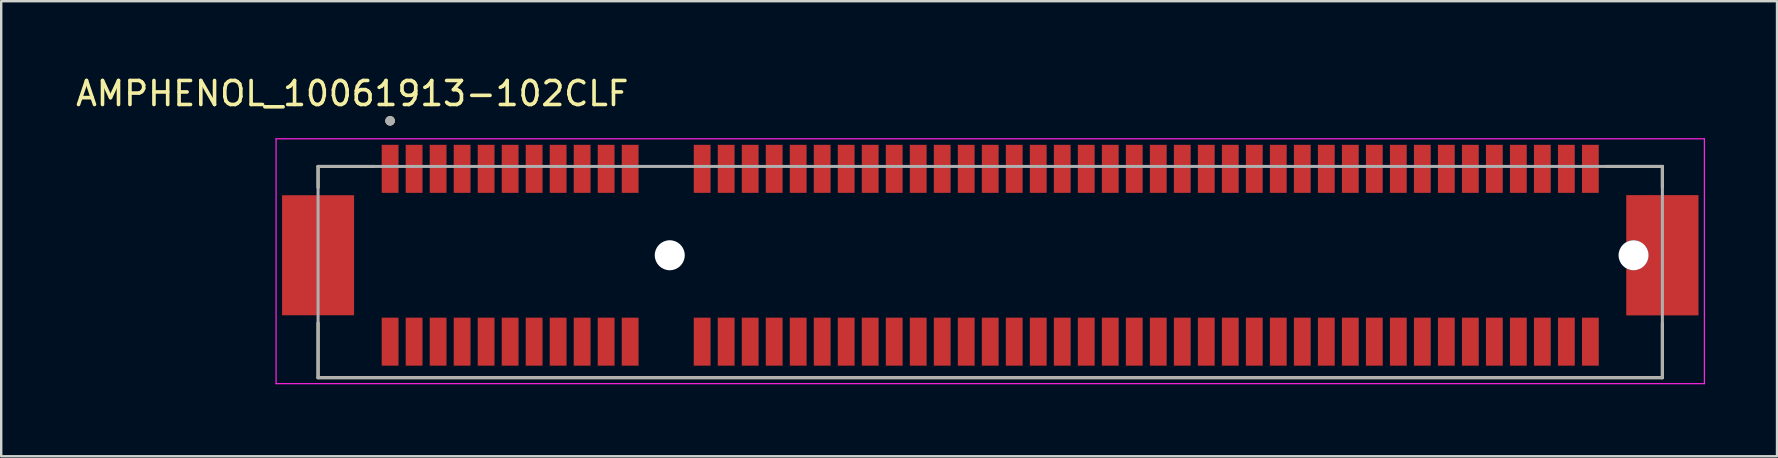
<source format=kicad_pcb>
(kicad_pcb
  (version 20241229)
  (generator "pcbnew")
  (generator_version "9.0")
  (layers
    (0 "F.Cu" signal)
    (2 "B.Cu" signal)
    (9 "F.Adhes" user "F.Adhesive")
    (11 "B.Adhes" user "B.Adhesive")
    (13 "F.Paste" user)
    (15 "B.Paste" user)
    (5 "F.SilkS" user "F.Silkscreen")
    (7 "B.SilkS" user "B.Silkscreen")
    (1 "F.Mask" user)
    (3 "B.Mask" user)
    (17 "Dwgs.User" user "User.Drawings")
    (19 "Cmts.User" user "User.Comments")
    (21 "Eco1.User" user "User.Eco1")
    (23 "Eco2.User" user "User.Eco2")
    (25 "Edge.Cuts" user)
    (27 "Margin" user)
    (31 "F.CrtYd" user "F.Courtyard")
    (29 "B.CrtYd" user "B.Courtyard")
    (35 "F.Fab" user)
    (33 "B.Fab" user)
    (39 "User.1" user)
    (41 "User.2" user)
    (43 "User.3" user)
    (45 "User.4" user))
  (footprint "AMPHENOL_10061913-102CLF"
    (layer "F.Cu")
    (at 24.85 7.583)
    (property "Reference" "AMPHENOL_10061913-102CLF" (at -13.225 -6.735 0) (layer "F.SilkS") (effects (font (size 1 1) (thickness 0.15))))
    (attr smd)
    (fp_poly (pts (xy 39.75 -2.6) (xy 42.95 -2.6) (xy 42.95 2.6) (xy 39.75 2.6)) (stroke (width 0.01) (type solid)) (fill yes) (layer "F.Mask"))
    (fp_line (start -14.65 -3.7) (end -14.65 -2.82) (stroke (width 0.127) (type solid)) (layer "F.SilkS"))
    (fp_line (start -14.65 5.1) (end -14.65 2.82) (stroke (width 0.127) (type solid)) (layer "F.SilkS"))
    (fp_line (start -14.65 5.1) (end 41.35 5.1) (stroke (width 0.127) (type solid)) (layer "F.SilkS"))
    (fp_line (start -12.32 -3.7) (end -14.65 -3.7) (stroke (width 0.127) (type solid)) (layer "F.SilkS"))
    (fp_line (start 41.35 -3.7) (end 39.02 -3.7) (stroke (width 0.127) (type solid)) (layer "F.SilkS"))
    (fp_line (start 41.35 -2.82) (end 41.35 -3.7) (stroke (width 0.127) (type solid)) (layer "F.SilkS"))
    (fp_line (start 41.35 5.1) (end 41.35 2.82) (stroke (width 0.127) (type solid)) (layer "F.SilkS"))
    (fp_circle (center -11.65 -5.6) (end -11.55 -5.6) (stroke (width 0.2) (type solid)) (fill no) (layer "F.SilkS"))
    (fp_poly (pts (xy 39.85 0.55) (xy 39.85 2.5) (xy 42.85 2.5) (xy 42.85 -2.5) (xy 39.85 -2.5) (xy 39.85 -0.55) (xy 39.9 -0.575) (xy 39.95 -0.595) (xy 40.02 -0.615) (xy 40.09 -0.625) (xy 40.15 -0.625) (xy 40.183 -0.624) (xy 40.215 -0.622) (xy 40.248 -0.617) (xy 40.28 -0.611) (xy 40.312 -0.604) (xy 40.343 -0.594) (xy 40.374 -0.583) (xy 40.404 -0.571) (xy 40.434 -0.557) (xy 40.462 -0.541) (xy 40.49 -0.524) (xy 40.517 -0.506) (xy 40.543 -0.486) (xy 40.568 -0.464) (xy 40.592 -0.442) (xy 40.614 -0.418) (xy 40.636 -0.393) (xy 40.656 -0.367) (xy 40.674 -0.34) (xy 40.691 -0.312) (xy 40.707 -0.284) (xy 40.721 -0.254) (xy 40.733 -0.224) (xy 40.744 -0.193) (xy 40.754 -0.162) (xy 40.761 -0.13) (xy 40.767 -0.098) (xy 40.772 -0.065) (xy 40.774 -0.033) (xy 40.775 0) (xy 40.774 0.033) (xy 40.772 0.065) (xy 40.767 0.098) (xy 40.761 0.13) (xy 40.754 0.162) (xy 40.744 0.193) (xy 40.733 0.224) (xy 40.721 0.254) (xy 40.707 0.284) (xy 40.691 0.312) (xy 40.674 0.34) (xy 40.656 0.367) (xy 40.636 0.393) (xy 40.614 0.418) (xy 40.592 0.442) (xy 40.568 0.464) (xy 40.543 0.486) (xy 40.517 0.506) (xy 40.49 0.524) (xy 40.462 0.541) (xy 40.434 0.557) (xy 40.404 0.571) (xy 40.374 0.583) (xy 40.343 0.594) (xy 40.312 0.604) (xy 40.28 0.611) (xy 40.248 0.617) (xy 40.215 0.622) (xy 40.183 0.624) (xy 40.15 0.625) (xy 40.095 0.625) (xy 40.05 0.62) (xy 40.005 0.61) (xy 39.94 0.59) (xy 39.88 0.565) (xy 39.85 0.55)) (stroke (width 0.01) (type solid)) (fill yes) (layer "F.Paste"))
    (fp_line (start -16.4 -4.85) (end -16.4 5.35) (stroke (width 0.05) (type solid)) (layer "F.CrtYd"))
    (fp_line (start -16.4 5.35) (end 43.1 5.35) (stroke (width 0.05) (type solid)) (layer "F.CrtYd"))
    (fp_line (start 43.1 -4.85) (end -16.4 -4.85) (stroke (width 0.05) (type solid)) (layer "F.CrtYd"))
    (fp_line (start 43.1 5.35) (end 43.1 -4.85) (stroke (width 0.05) (type solid)) (layer "F.CrtYd"))
    (fp_line (start -14.65 -3.7) (end -14.65 5.1) (stroke (width 0.127) (type solid)) (layer "F.Fab"))
    (fp_line (start -14.65 5.1) (end 41.35 5.1) (stroke (width 0.127) (type solid)) (layer "F.Fab"))
    (fp_line (start 41.35 -3.7) (end -14.65 -3.7) (stroke (width 0.127) (type solid)) (layer "F.Fab"))
    (fp_line (start 41.35 5.1) (end 41.35 -3.7) (stroke (width 0.127) (type solid)) (layer "F.Fab"))
    (fp_circle (center -11.65 -5.6) (end -11.55 -5.6) (stroke (width 0.2) (type solid)) (fill no) (layer "F.Fab"))
    (pad "" np_thru_hole circle (at 0 0) (size 1.25 1.25) (drill 1.25) (layers "*.Cu" "*.Mask"))
    (pad "" np_thru_hole circle (at 40.15 0) (size 1.25 1.25) (drill 1.25) (layers "*.Cu" "*.Mask"))
    (pad "A1" smd rect (at -11.65 -3.6) (size 0.7 2) (layers "F.Cu" "F.Mask" "F.Paste"))
    (pad "A2" smd rect (at -10.65 -3.6) (size 0.7 2) (layers "F.Cu" "F.Mask" "F.Paste"))
    (pad "A3" smd rect (at -9.65 -3.6) (size 0.7 2) (layers "F.Cu" "F.Mask" "F.Paste"))
    (pad "A4" smd rect (at -8.65 -3.6) (size 0.7 2) (layers "F.Cu" "F.Mask" "F.Paste"))
    (pad "A5" smd rect (at -7.65 -3.6) (size 0.7 2) (layers "F.Cu" "F.Mask" "F.Paste"))
    (pad "A6" smd rect (at -6.65 -3.6) (size 0.7 2) (layers "F.Cu" "F.Mask" "F.Paste"))
    (pad "A7" smd rect (at -5.65 -3.6) (size 0.7 2) (layers "F.Cu" "F.Mask" "F.Paste"))
    (pad "A8" smd rect (at -4.65 -3.6) (size 0.7 2) (layers "F.Cu" "F.Mask" "F.Paste"))
    (pad "A9" smd rect (at -3.65 -3.6) (size 0.7 2) (layers "F.Cu" "F.Mask" "F.Paste"))
    (pad "A10" smd rect (at -2.65 -3.6) (size 0.7 2) (layers "F.Cu" "F.Mask" "F.Paste"))
    (pad "A11" smd rect (at -1.65 -3.6) (size 0.7 2) (layers "F.Cu" "F.Mask" "F.Paste"))
    (pad "A12" smd rect (at 1.35 -3.6) (size 0.7 2) (layers "F.Cu" "F.Mask" "F.Paste"))
    (pad "A13" smd rect (at 2.35 -3.6) (size 0.7 2) (layers "F.Cu" "F.Mask" "F.Paste"))
    (pad "A14" smd rect (at 3.35 -3.6) (size 0.7 2) (layers "F.Cu" "F.Mask" "F.Paste"))
    (pad "A15" smd rect (at 4.35 -3.6) (size 0.7 2) (layers "F.Cu" "F.Mask" "F.Paste"))
    (pad "A16" smd rect (at 5.35 -3.6) (size 0.7 2) (layers "F.Cu" "F.Mask" "F.Paste"))
    (pad "A17" smd rect (at 6.35 -3.6) (size 0.7 2) (layers "F.Cu" "F.Mask" "F.Paste"))
    (pad "A18" smd rect (at 7.35 -3.6) (size 0.7 2) (layers "F.Cu" "F.Mask" "F.Paste"))
    (pad "A19" smd rect (at 8.35 -3.6) (size 0.7 2) (layers "F.Cu" "F.Mask" "F.Paste"))
    (pad "A20" smd rect (at 9.35 -3.6) (size 0.7 2) (layers "F.Cu" "F.Mask" "F.Paste"))
    (pad "A21" smd rect (at 10.35 -3.6) (size 0.7 2) (layers "F.Cu" "F.Mask" "F.Paste"))
    (pad "A22" smd rect (at 11.35 -3.6) (size 0.7 2) (layers "F.Cu" "F.Mask" "F.Paste"))
    (pad "A23" smd rect (at 12.35 -3.6) (size 0.7 2) (layers "F.Cu" "F.Mask" "F.Paste"))
    (pad "A24" smd rect (at 13.35 -3.6) (size 0.7 2) (layers "F.Cu" "F.Mask" "F.Paste"))
    (pad "A25" smd rect (at 14.35 -3.6) (size 0.7 2) (layers "F.Cu" "F.Mask" "F.Paste"))
    (pad "A26" smd rect (at 15.35 -3.6) (size 0.7 2) (layers "F.Cu" "F.Mask" "F.Paste"))
    (pad "A27" smd rect (at 16.35 -3.6) (size 0.7 2) (layers "F.Cu" "F.Mask" "F.Paste"))
    (pad "A28" smd rect (at 17.35 -3.6) (size 0.7 2) (layers "F.Cu" "F.Mask" "F.Paste"))
    (pad "A29" smd rect (at 18.35 -3.6) (size 0.7 2) (layers "F.Cu" "F.Mask" "F.Paste"))
    (pad "A30" smd rect (at 19.35 -3.6) (size 0.7 2) (layers "F.Cu" "F.Mask" "F.Paste"))
    (pad "A31" smd rect (at 20.35 -3.6) (size 0.7 2) (layers "F.Cu" "F.Mask" "F.Paste"))
    (pad "A32" smd rect (at 21.35 -3.6) (size 0.7 2) (layers "F.Cu" "F.Mask" "F.Paste"))
    (pad "A33" smd rect (at 22.35 -3.6) (size 0.7 2) (layers "F.Cu" "F.Mask" "F.Paste"))
    (pad "A34" smd rect (at 23.35 -3.6) (size 0.7 2) (layers "F.Cu" "F.Mask" "F.Paste"))
    (pad "A35" smd rect (at 24.35 -3.6) (size 0.7 2) (layers "F.Cu" "F.Mask" "F.Paste"))
    (pad "A36" smd rect (at 25.35 -3.6) (size 0.7 2) (layers "F.Cu" "F.Mask" "F.Paste"))
    (pad "A37" smd rect (at 26.35 -3.6) (size 0.7 2) (layers "F.Cu" "F.Mask" "F.Paste"))
    (pad "A38" smd rect (at 27.35 -3.6) (size 0.7 2) (layers "F.Cu" "F.Mask" "F.Paste"))
    (pad "A39" smd rect (at 28.35 -3.6) (size 0.7 2) (layers "F.Cu" "F.Mask" "F.Paste"))
    (pad "A40" smd rect (at 29.35 -3.6) (size 0.7 2) (layers "F.Cu" "F.Mask" "F.Paste"))
    (pad "A41" smd rect (at 30.35 -3.6) (size 0.7 2) (layers "F.Cu" "F.Mask" "F.Paste"))
    (pad "A42" smd rect (at 31.35 -3.6) (size 0.7 2) (layers "F.Cu" "F.Mask" "F.Paste"))
    (pad "A43" smd rect (at 32.35 -3.6) (size 0.7 2) (layers "F.Cu" "F.Mask" "F.Paste"))
    (pad "A44" smd rect (at 33.35 -3.6) (size 0.7 2) (layers "F.Cu" "F.Mask" "F.Paste"))
    (pad "A45" smd rect (at 34.35 -3.6) (size 0.7 2) (layers "F.Cu" "F.Mask" "F.Paste"))
    (pad "A46" smd rect (at 35.35 -3.6) (size 0.7 2) (layers "F.Cu" "F.Mask" "F.Paste"))
    (pad "A47" smd rect (at 36.35 -3.6) (size 0.7 2) (layers "F.Cu" "F.Mask" "F.Paste"))
    (pad "A48" smd rect (at 37.35 -3.6) (size 0.7 2) (layers "F.Cu" "F.Mask" "F.Paste"))
    (pad "A49" smd rect (at 38.35 -3.6) (size 0.7 2) (layers "F.Cu" "F.Mask" "F.Paste"))
    (pad "B1" smd rect (at -11.65 3.6) (size 0.7 2) (layers "F.Cu" "F.Mask" "F.Paste"))
    (pad "B2" smd rect (at -10.65 3.6) (size 0.7 2) (layers "F.Cu" "F.Mask" "F.Paste"))
    (pad "B3" smd rect (at -9.65 3.6) (size 0.7 2) (layers "F.Cu" "F.Mask" "F.Paste"))
    (pad "B4" smd rect (at -8.65 3.6) (size 0.7 2) (layers "F.Cu" "F.Mask" "F.Paste"))
    (pad "B5" smd rect (at -7.65 3.6) (size 0.7 2) (layers "F.Cu" "F.Mask" "F.Paste"))
    (pad "B6" smd rect (at -6.65 3.6) (size 0.7 2) (layers "F.Cu" "F.Mask" "F.Paste"))
    (pad "B7" smd rect (at -5.65 3.6) (size 0.7 2) (layers "F.Cu" "F.Mask" "F.Paste"))
    (pad "B8" smd rect (at -4.65 3.6) (size 0.7 2) (layers "F.Cu" "F.Mask" "F.Paste"))
    (pad "B9" smd rect (at -3.65 3.6) (size 0.7 2) (layers "F.Cu" "F.Mask" "F.Paste"))
    (pad "B10" smd rect (at -2.65 3.6) (size 0.7 2) (layers "F.Cu" "F.Mask" "F.Paste"))
    (pad "B11" smd rect (at -1.65 3.6) (size 0.7 2) (layers "F.Cu" "F.Mask" "F.Paste"))
    (pad "B12" smd rect (at 1.35 3.6) (size 0.7 2) (layers "F.Cu" "F.Mask" "F.Paste"))
    (pad "B13" smd rect (at 2.35 3.6) (size 0.7 2) (layers "F.Cu" "F.Mask" "F.Paste"))
    (pad "B14" smd rect (at 3.35 3.6) (size 0.7 2) (layers "F.Cu" "F.Mask" "F.Paste"))
    (pad "B15" smd rect (at 4.35 3.6) (size 0.7 2) (layers "F.Cu" "F.Mask" "F.Paste"))
    (pad "B16" smd rect (at 5.35 3.6) (size 0.7 2) (layers "F.Cu" "F.Mask" "F.Paste"))
    (pad "B17" smd rect (at 6.35 3.6) (size 0.7 2) (layers "F.Cu" "F.Mask" "F.Paste"))
    (pad "B18" smd rect (at 7.35 3.6) (size 0.7 2) (layers "F.Cu" "F.Mask" "F.Paste"))
    (pad "B19" smd rect (at 8.35 3.6) (size 0.7 2) (layers "F.Cu" "F.Mask" "F.Paste"))
    (pad "B20" smd rect (at 9.35 3.6) (size 0.7 2) (layers "F.Cu" "F.Mask" "F.Paste"))
    (pad "B21" smd rect (at 10.35 3.6) (size 0.7 2) (layers "F.Cu" "F.Mask" "F.Paste"))
    (pad "B22" smd rect (at 11.35 3.6) (size 0.7 2) (layers "F.Cu" "F.Mask" "F.Paste"))
    (pad "B23" smd rect (at 12.35 3.6) (size 0.7 2) (layers "F.Cu" "F.Mask" "F.Paste"))
    (pad "B24" smd rect (at 13.35 3.6) (size 0.7 2) (layers "F.Cu" "F.Mask" "F.Paste"))
    (pad "B25" smd rect (at 14.35 3.6) (size 0.7 2) (layers "F.Cu" "F.Mask" "F.Paste"))
    (pad "B26" smd rect (at 15.35 3.6) (size 0.7 2) (layers "F.Cu" "F.Mask" "F.Paste"))
    (pad "B27" smd rect (at 16.35 3.6) (size 0.7 2) (layers "F.Cu" "F.Mask" "F.Paste"))
    (pad "B28" smd rect (at 17.35 3.6) (size 0.7 2) (layers "F.Cu" "F.Mask" "F.Paste"))
    (pad "B29" smd rect (at 18.35 3.6) (size 0.7 2) (layers "F.Cu" "F.Mask" "F.Paste"))
    (pad "B30" smd rect (at 19.35 3.6) (size 0.7 2) (layers "F.Cu" "F.Mask" "F.Paste"))
    (pad "B31" smd rect (at 20.35 3.6) (size 0.7 2) (layers "F.Cu" "F.Mask" "F.Paste"))
    (pad "B32" smd rect (at 21.35 3.6) (size 0.7 2) (layers "F.Cu" "F.Mask" "F.Paste"))
    (pad "B33" smd rect (at 22.35 3.6) (size 0.7 2) (layers "F.Cu" "F.Mask" "F.Paste"))
    (pad "B34" smd rect (at 23.35 3.6) (size 0.7 2) (layers "F.Cu" "F.Mask" "F.Paste"))
    (pad "B35" smd rect (at 24.35 3.6) (size 0.7 2) (layers "F.Cu" "F.Mask" "F.Paste"))
    (pad "B36" smd rect (at 25.35 3.6) (size 0.7 2) (layers "F.Cu" "F.Mask" "F.Paste"))
    (pad "B37" smd rect (at 26.35 3.6) (size 0.7 2) (layers "F.Cu" "F.Mask" "F.Paste"))
    (pad "B38" smd rect (at 27.35 3.6) (size 0.7 2) (layers "F.Cu" "F.Mask" "F.Paste"))
    (pad "B39" smd rect (at 28.35 3.6) (size 0.7 2) (layers "F.Cu" "F.Mask" "F.Paste"))
    (pad "B40" smd rect (at 29.35 3.6) (size 0.7 2) (layers "F.Cu" "F.Mask" "F.Paste"))
    (pad "B41" smd rect (at 30.35 3.6) (size 0.7 2) (layers "F.Cu" "F.Mask" "F.Paste"))
    (pad "B42" smd rect (at 31.35 3.6) (size 0.7 2) (layers "F.Cu" "F.Mask" "F.Paste"))
    (pad "B43" smd rect (at 32.35 3.6) (size 0.7 2) (layers "F.Cu" "F.Mask" "F.Paste"))
    (pad "B44" smd rect (at 33.35 3.6) (size 0.7 2) (layers "F.Cu" "F.Mask" "F.Paste"))
    (pad "B45" smd rect (at 34.35 3.6) (size 0.7 2) (layers "F.Cu" "F.Mask" "F.Paste"))
    (pad "B46" smd rect (at 35.35 3.6) (size 0.7 2) (layers "F.Cu" "F.Mask" "F.Paste"))
    (pad "B47" smd rect (at 36.35 3.6) (size 0.7 2) (layers "F.Cu" "F.Mask" "F.Paste"))
    (pad "B48" smd rect (at 37.35 3.6) (size 0.7 2) (layers "F.Cu" "F.Mask" "F.Paste"))
    (pad "B49" smd rect (at 38.35 3.6) (size 0.7 2) (layers "F.Cu" "F.Mask" "F.Paste"))
    (pad "SH1" smd rect (at -14.65 0) (size 3 5) (layers "F.Cu" "F.Mask" "F.Paste"))
    (pad "SH2" smd custom (at 41.35 0) (size 0.5 0.5) (layers "F.Cu") (options (anchor rect)) (primitives (gr_poly (pts (xy -1.5 0.55) (xy -1.5 2.5) (xy 1.5 2.5) (xy 1.5 -2.5) (xy -1.5 -2.5) (xy -1.5 -0.55) (xy -1.45 -0.575) (xy -1.4 -0.595) (xy -1.33 -0.615) (xy -1.26 -0.625) (xy -1.2 -0.625) (xy -1.167 -0.624) (xy -1.135 -0.622) (xy -1.102 -0.617) (xy -1.07 -0.611) (xy -1.038 -0.604) (xy -1.007 -0.594) (xy -0.976 -0.583) (xy -0.946 -0.571) (xy -0.916 -0.557) (xy -0.888 -0.541) (xy -0.86 -0.524) (xy -0.833 -0.506) (xy -0.807 -0.486) (xy -0.782 -0.464) (xy -0.758 -0.442) (xy -0.736 -0.418) (xy -0.714 -0.393) (xy -0.694 -0.367) (xy -0.676 -0.34) (xy -0.659 -0.312) (xy -0.643 -0.284) (xy -0.629 -0.254) (xy -0.617 -0.224) (xy -0.606 -0.193) (xy -0.596 -0.162) (xy -0.589 -0.13) (xy -0.583 -0.098) (xy -0.578 -0.065) (xy -0.576 -0.033) (xy -0.575 0) (xy -0.576 0.033) (xy -0.578 0.065) (xy -0.583 0.098) (xy -0.589 0.13) (xy -0.596 0.162) (xy -0.606 0.193) (xy -0.617 0.224) (xy -0.629 0.254) (xy -0.643 0.284) (xy -0.659 0.312) (xy -0.676 0.34) (xy -0.694 0.367) (xy -0.714 0.393) (xy -0.736 0.418) (xy -0.758 0.442) (xy -0.782 0.464) (xy -0.807 0.486) (xy -0.833 0.506) (xy -0.86 0.524) (xy -0.888 0.541) (xy -0.916 0.557) (xy -0.946 0.571) (xy -0.976 0.583) (xy -1.007 0.594) (xy -1.038 0.604) (xy -1.07 0.611) (xy -1.102 0.617) (xy -1.135 0.622) (xy -1.167 0.624) (xy -1.2 0.625) (xy -1.255 0.625) (xy -1.3 0.62) (xy -1.345 0.61) (xy -1.41 0.59) (xy -1.47 0.565) (xy -1.5 0.55)) (width 0.01) (fill yes)))))
  (gr_rect
    (start -3 -3)
    (end 70.975 15.958)
    (stroke (width 0.1) (type default))
    (fill no)
    (layer "Edge.Cuts")))
</source>
